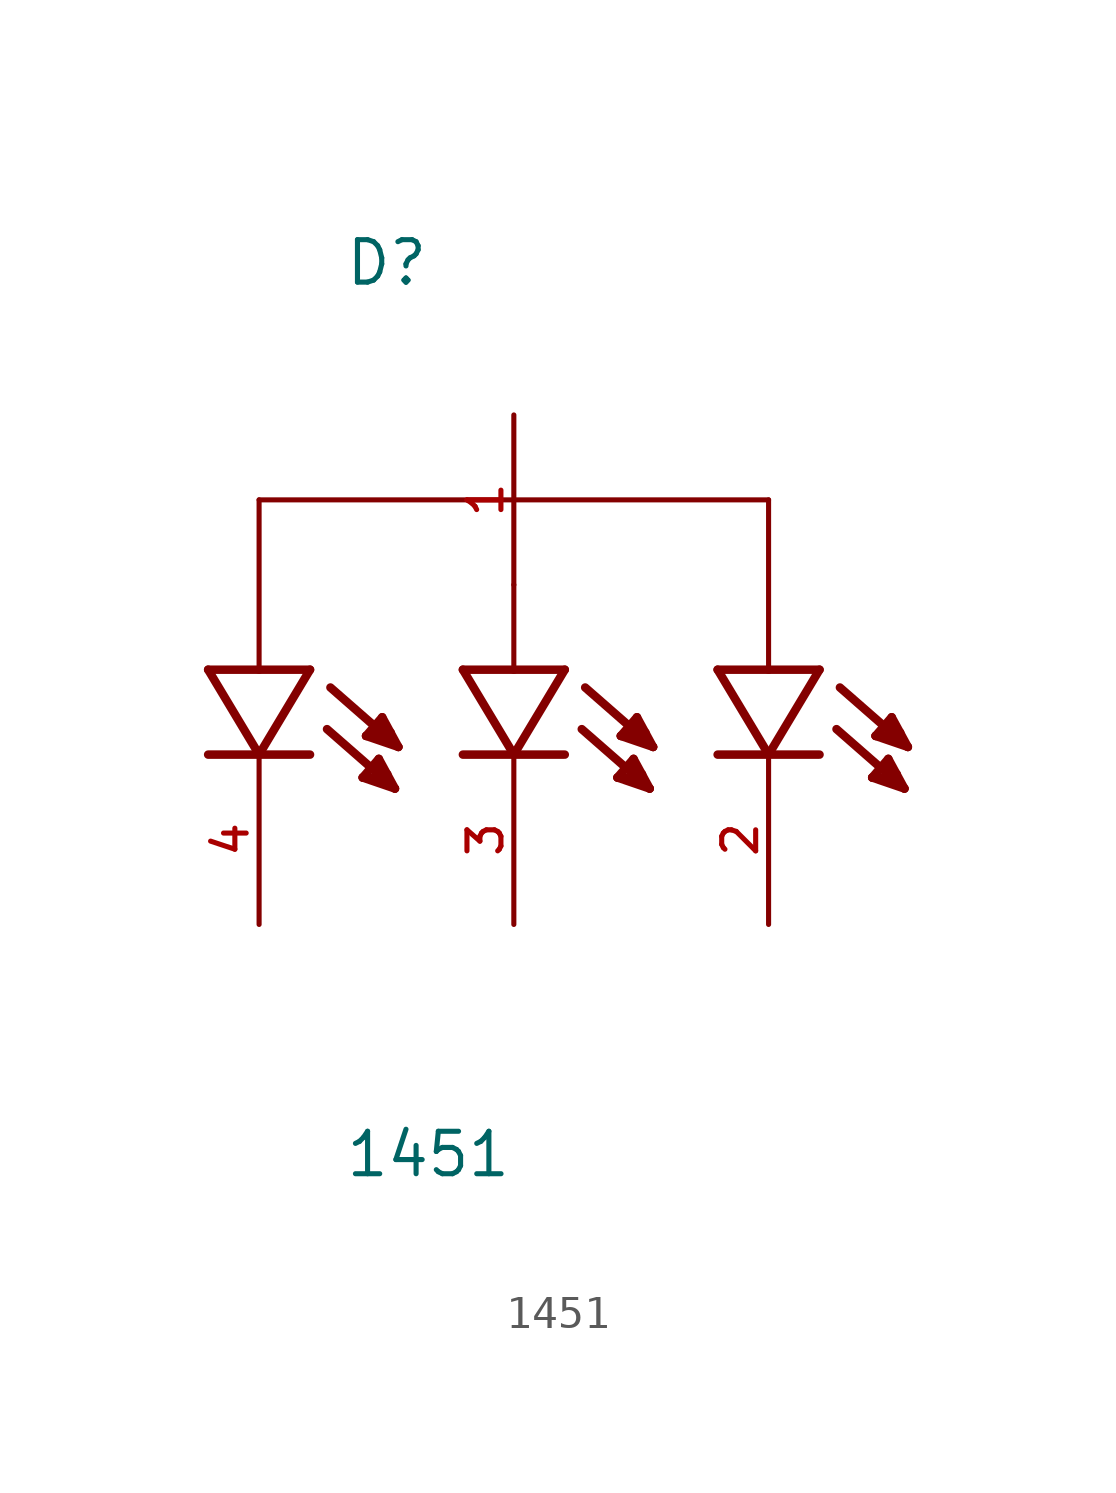
<source format=kicad_sym>
(kicad_symbol_lib
  (version 20211014)
  (generator kicad_symbol_editor)
  (symbol "1451"
    (pin_names
      (offset 1.016))
    (property "Reference" "D"
      (at -5.08 11.43 0)
      (effects (font (size 1.27 1.27)) (justify bottom left)))
    (property "Value" "1451"
      (at -5.08 -15.24 0)
      (effects (font (size 1.27 1.27)) (justify bottom left)))
    (symbol "1451_0_0"
      (polyline (pts (xy -6.096 0.0) (xy -7.62 0.0)) (stroke (width 0.254)))
      (polyline (pts (xy -7.62 0.0) (xy -9.144 0.0)) (stroke (width 0.254)))
      (polyline (pts (xy -9.144 0.0) (xy -7.62 -2.54)) (stroke (width 0.254)))
      (polyline (pts (xy -7.62 -2.54) (xy -6.096 0.0)) (stroke (width 0.254)))
      (polyline (pts (xy -6.096 -2.54) (xy -9.144 -2.54)) (stroke (width 0.254)))
      (polyline (pts (xy -3.556 -3.556) (xy -5.588 -1.778)) (stroke (width 0.254)))
      (polyline (pts (xy -4.521 -3.226) (xy -4.039 -2.667)) (stroke (width 0.254)))
      (polyline (pts (xy -4.039 -2.667) (xy -3.556 -3.556)) (stroke (width 0.254)))
      (polyline (pts (xy -3.556 -3.556) (xy -4.521 -3.226)) (stroke (width 0.254)))
      (polyline (pts (xy -4.521 -3.226) (xy -3.785 -3.251)) (stroke (width 0.254)))
      (polyline (pts (xy -3.785 -3.251) (xy -3.785 -3.124)) (stroke (width 0.254)))
      (polyline (pts (xy -4.115 -2.845) (xy -3.962 -3.073)) (stroke (width 0.254)))
      (polyline (pts (xy -3.454 -2.311) (xy -5.486 -0.533)) (stroke (width 0.254)))
      (polyline (pts (xy -4.42 -1.981) (xy -3.937 -1.422)) (stroke (width 0.254)))
      (polyline (pts (xy -3.937 -1.422) (xy -3.454 -2.311)) (stroke (width 0.254)))
      (polyline (pts (xy -3.454 -2.311) (xy -4.42 -1.981)) (stroke (width 0.254)))
      (polyline (pts (xy -4.42 -1.981) (xy -3.683 -2.007)) (stroke (width 0.254)))
      (polyline (pts (xy -3.683 -2.007) (xy -3.683 -1.88)) (stroke (width 0.254)))
      (polyline (pts (xy -4.013 -1.6) (xy -3.861 -1.829)) (stroke (width 0.254)))
      (polyline (pts (xy 1.524 0.0) (xy 0.0 0.0)) (stroke (width 0.254)))
      (polyline (pts (xy 0.0 0.0) (xy -1.524 0.0)) (stroke (width 0.254)))
      (polyline (pts (xy -1.524 0.0) (xy 0.0 -2.54)) (stroke (width 0.254)))
      (polyline (pts (xy 0.0 -2.54) (xy 1.524 0.0)) (stroke (width 0.254)))
      (polyline (pts (xy 1.524 -2.54) (xy -1.524 -2.54)) (stroke (width 0.254)))
      (polyline (pts (xy 0.0 0.0) (xy 0.0 2.54)) (stroke (width 0.152)))
      (polyline (pts (xy 4.064 -3.556) (xy 2.032 -1.778)) (stroke (width 0.254)))
      (polyline (pts (xy 3.099 -3.226) (xy 3.581 -2.667)) (stroke (width 0.254)))
      (polyline (pts (xy 3.581 -2.667) (xy 4.064 -3.556)) (stroke (width 0.254)))
      (polyline (pts (xy 4.064 -3.556) (xy 3.099 -3.226)) (stroke (width 0.254)))
      (polyline (pts (xy 3.099 -3.226) (xy 3.835 -3.251)) (stroke (width 0.254)))
      (polyline (pts (xy 3.835 -3.251) (xy 3.835 -3.124)) (stroke (width 0.254)))
      (polyline (pts (xy 3.505 -2.845) (xy 3.658 -3.073)) (stroke (width 0.254)))
      (polyline (pts (xy 4.166 -2.311) (xy 2.134 -0.533)) (stroke (width 0.254)))
      (polyline (pts (xy 3.2 -1.981) (xy 3.683 -1.422)) (stroke (width 0.254)))
      (polyline (pts (xy 3.683 -1.422) (xy 4.166 -2.311)) (stroke (width 0.254)))
      (polyline (pts (xy 4.166 -2.311) (xy 3.2 -1.981)) (stroke (width 0.254)))
      (polyline (pts (xy 3.2 -1.981) (xy 3.937 -2.007)) (stroke (width 0.254)))
      (polyline (pts (xy 3.937 -2.007) (xy 3.937 -1.88)) (stroke (width 0.254)))
      (polyline (pts (xy 3.607 -1.6) (xy 3.759 -1.829)) (stroke (width 0.254)))
      (polyline (pts (xy 9.144 0.0) (xy 7.62 0.0)) (stroke (width 0.254)))
      (polyline (pts (xy 7.62 0.0) (xy 6.096 0.0)) (stroke (width 0.254)))
      (polyline (pts (xy 6.096 0.0) (xy 7.62 -2.54)) (stroke (width 0.254)))
      (polyline (pts (xy 7.62 -2.54) (xy 9.144 0.0)) (stroke (width 0.254)))
      (polyline (pts (xy 9.144 -2.54) (xy 6.096 -2.54)) (stroke (width 0.254)))
      (polyline (pts (xy 11.684 -3.556) (xy 9.652 -1.778)) (stroke (width 0.254)))
      (polyline (pts (xy 10.719 -3.226) (xy 11.201 -2.667)) (stroke (width 0.254)))
      (polyline (pts (xy 11.201 -2.667) (xy 11.684 -3.556)) (stroke (width 0.254)))
      (polyline (pts (xy 11.684 -3.556) (xy 10.719 -3.226)) (stroke (width 0.254)))
      (polyline (pts (xy 10.719 -3.226) (xy 11.455 -3.251)) (stroke (width 0.254)))
      (polyline (pts (xy 11.455 -3.251) (xy 11.455 -3.124)) (stroke (width 0.254)))
      (polyline (pts (xy 11.125 -2.845) (xy 11.278 -3.073)) (stroke (width 0.254)))
      (polyline (pts (xy 11.786 -2.311) (xy 9.754 -0.533)) (stroke (width 0.254)))
      (polyline (pts (xy 10.82 -1.981) (xy 11.303 -1.422)) (stroke (width 0.254)))
      (polyline (pts (xy 11.303 -1.422) (xy 11.786 -2.311)) (stroke (width 0.254)))
      (polyline (pts (xy 11.786 -2.311) (xy 10.82 -1.981)) (stroke (width 0.254)))
      (polyline (pts (xy 10.82 -1.981) (xy 11.557 -2.007)) (stroke (width 0.254)))
      (polyline (pts (xy 11.557 -2.007) (xy 11.557 -1.88)) (stroke (width 0.254)))
      (polyline (pts (xy 11.227 -1.6) (xy 11.379 -1.829)) (stroke (width 0.254)))
      (polyline (pts (xy -7.62 0.0) (xy -7.62 5.08)) (stroke (width 0.152)))
      (polyline (pts (xy -7.62 5.08) (xy 7.62 5.08)) (stroke (width 0.152)))
      (polyline (pts (xy 7.62 5.08) (xy 7.62 0.0)) (stroke (width 0.152)))
      (pin passive line (at -7.62 -7.62 90.0) (length 5.08) (name "~" (effects (font (size 1.016 1.016)))) (number "4" (effects (font (size 1.016 1.016)))))
      (pin passive line (at 0.0 -7.62 90.0) (length 5.08) (name "~" (effects (font (size 1.016 1.016)))) (number "3" (effects (font (size 1.016 1.016)))))
      (pin passive line (at 7.62 -7.62 90.0) (length 5.08) (name "~" (effects (font (size 1.016 1.016)))) (number "2" (effects (font (size 1.016 1.016)))))
      (pin passive line (at 0.0 7.62 270.0) (length 5.08) (name "~" (effects (font (size 1.016 1.016)))) (number "1" (effects (font (size 1.016 1.016))))))))
</source>
